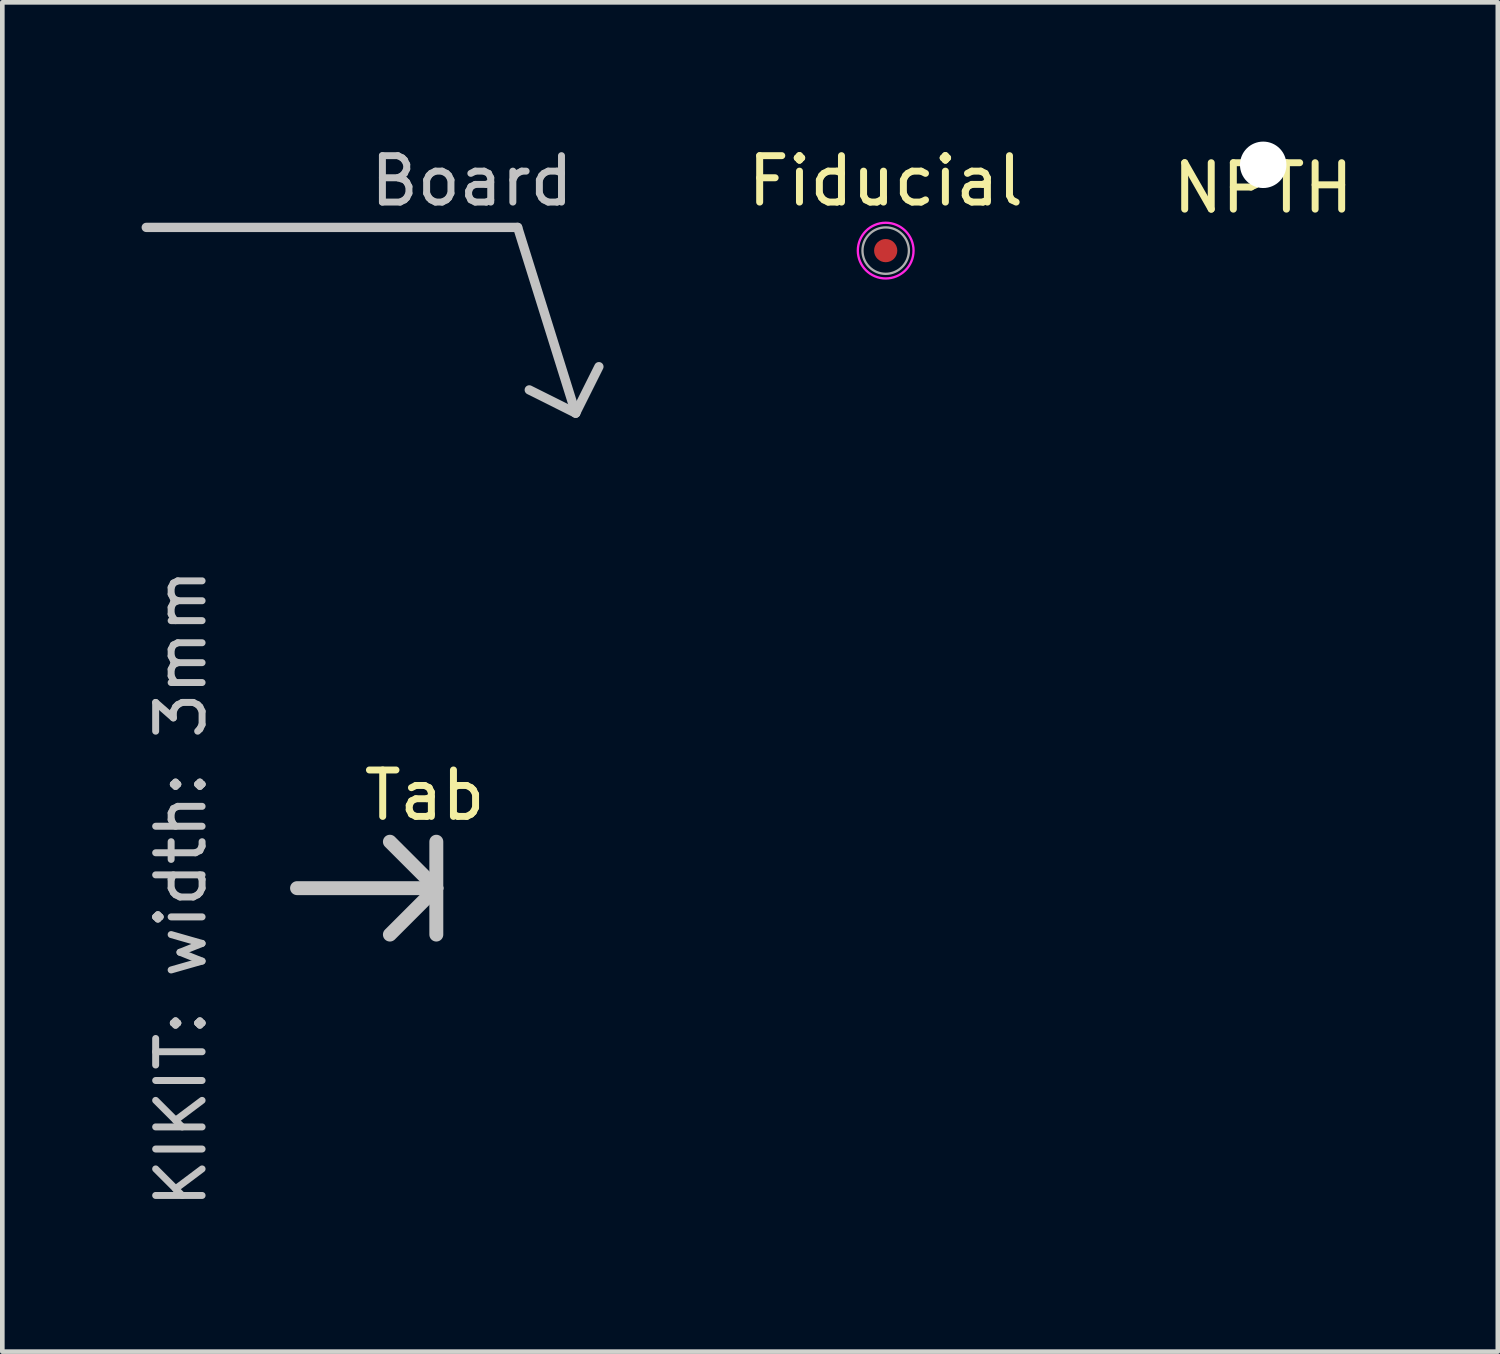
<source format=kicad_pcb>
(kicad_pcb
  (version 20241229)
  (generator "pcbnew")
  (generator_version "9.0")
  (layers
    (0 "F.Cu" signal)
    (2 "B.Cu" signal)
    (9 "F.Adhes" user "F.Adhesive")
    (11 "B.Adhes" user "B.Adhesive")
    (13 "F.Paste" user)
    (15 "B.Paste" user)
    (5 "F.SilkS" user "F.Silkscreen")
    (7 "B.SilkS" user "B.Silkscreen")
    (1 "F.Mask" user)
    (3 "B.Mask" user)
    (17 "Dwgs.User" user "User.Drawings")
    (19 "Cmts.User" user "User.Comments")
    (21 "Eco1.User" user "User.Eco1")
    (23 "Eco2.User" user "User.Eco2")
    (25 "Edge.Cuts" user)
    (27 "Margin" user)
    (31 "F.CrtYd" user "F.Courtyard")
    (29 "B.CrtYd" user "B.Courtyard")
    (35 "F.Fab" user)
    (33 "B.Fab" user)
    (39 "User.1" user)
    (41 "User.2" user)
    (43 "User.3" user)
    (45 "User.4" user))
  (footprint "Tab"
    (layer "F.Cu")
    (at 6.348 16.08)
    (property "Reference" "Tab" (at -0.25 -2 0) (layer "F.SilkS") (effects (font (size 1 1) (thickness 0.15))))
    (attr exclude_from_pos_files exclude_from_bom)
    (fp_line (start 0 0) (end -3 0) (stroke (width 0.3) (type solid)) (layer "Dwgs.User"))
    (fp_line (start 0 0) (end -1 -1) (stroke (width 0.3) (type solid)) (layer "Dwgs.User"))
    (fp_line (start 0 0) (end -1 1) (stroke (width 0.3) (type solid)) (layer "Dwgs.User"))
    (fp_line (start 0 1) (end 0 -1) (stroke (width 0.3) (type solid)) (layer "Dwgs.User"))
    (fp_text user "KIKIT: width: 3mm" (at -5.5 0 90) (layer "Dwgs.User") (effects (font (size 1 1) (thickness 0.15)))))
  (footprint "Fiducial"
    (layer "F.Cu")
    (at 16.027 2.348)
    (property "Reference" "Fiducial" (at 0 -1.5 0) (layer "F.SilkS") (effects (font (size 1 1) (thickness 0.15))))
    (attr smd)
    (fp_circle (center 0 0) (end 0.6 0) (stroke (width 0.05) (type default)) (fill no) (layer "F.CrtYd"))
    (fp_circle (center 0 0) (end 0.5 0) (stroke (width 0.05) (type default)) (fill no) (layer "F.Fab"))
    (pad "" smd circle (at 0 0) (size 0.5 0.5) (layers "F.Cu" "F.Mask")))
  (footprint "Board"
    (layer "F.Cu")
    (at 9.35 5.848)
    (property "Reference" "Board" (at -4.5 -5 0) (layer "Dwgs.User") (effects (font (size 1 1) (thickness 0.15)) (justify left)))
    (attr board_only exclude_from_pos_files exclude_from_bom allow_missing_courtyard)
    (fp_line (start -1.25 -4) (end -9.25 -4) (stroke (width 0.2) (type solid)) (layer "Dwgs.User"))
    (fp_line (start 0 0) (end -1.25 -4) (stroke (width 0.2) (type solid)) (layer "Dwgs.User"))
    (fp_line (start 0 0) (end -1 -0.5) (stroke (width 0.2) (type solid)) (layer "Dwgs.User"))
    (fp_line (start 0 0) (end 0.5 -1) (stroke (width 0.2) (type solid)) (layer "Dwgs.User")))
  (footprint "NPTH"
    (layer "F.Cu")
    (at 24.158 0.5)
    (property "Reference" "NPTH" (at 0 0.5 0) (layer "F.SilkS") (effects (font (size 1 1) (thickness 0.15))))
    (attr through_hole)
    (pad "" np_thru_hole circle (at 0 0) (size 1 1) (drill 1) (layers "*.Cu" "*.Mask")))
  (gr_rect
    (start -3 -3)
    (end 29.212 26.063)
    (stroke (width 0.1) (type default))
    (fill no)
    (layer "Edge.Cuts")))
</source>
